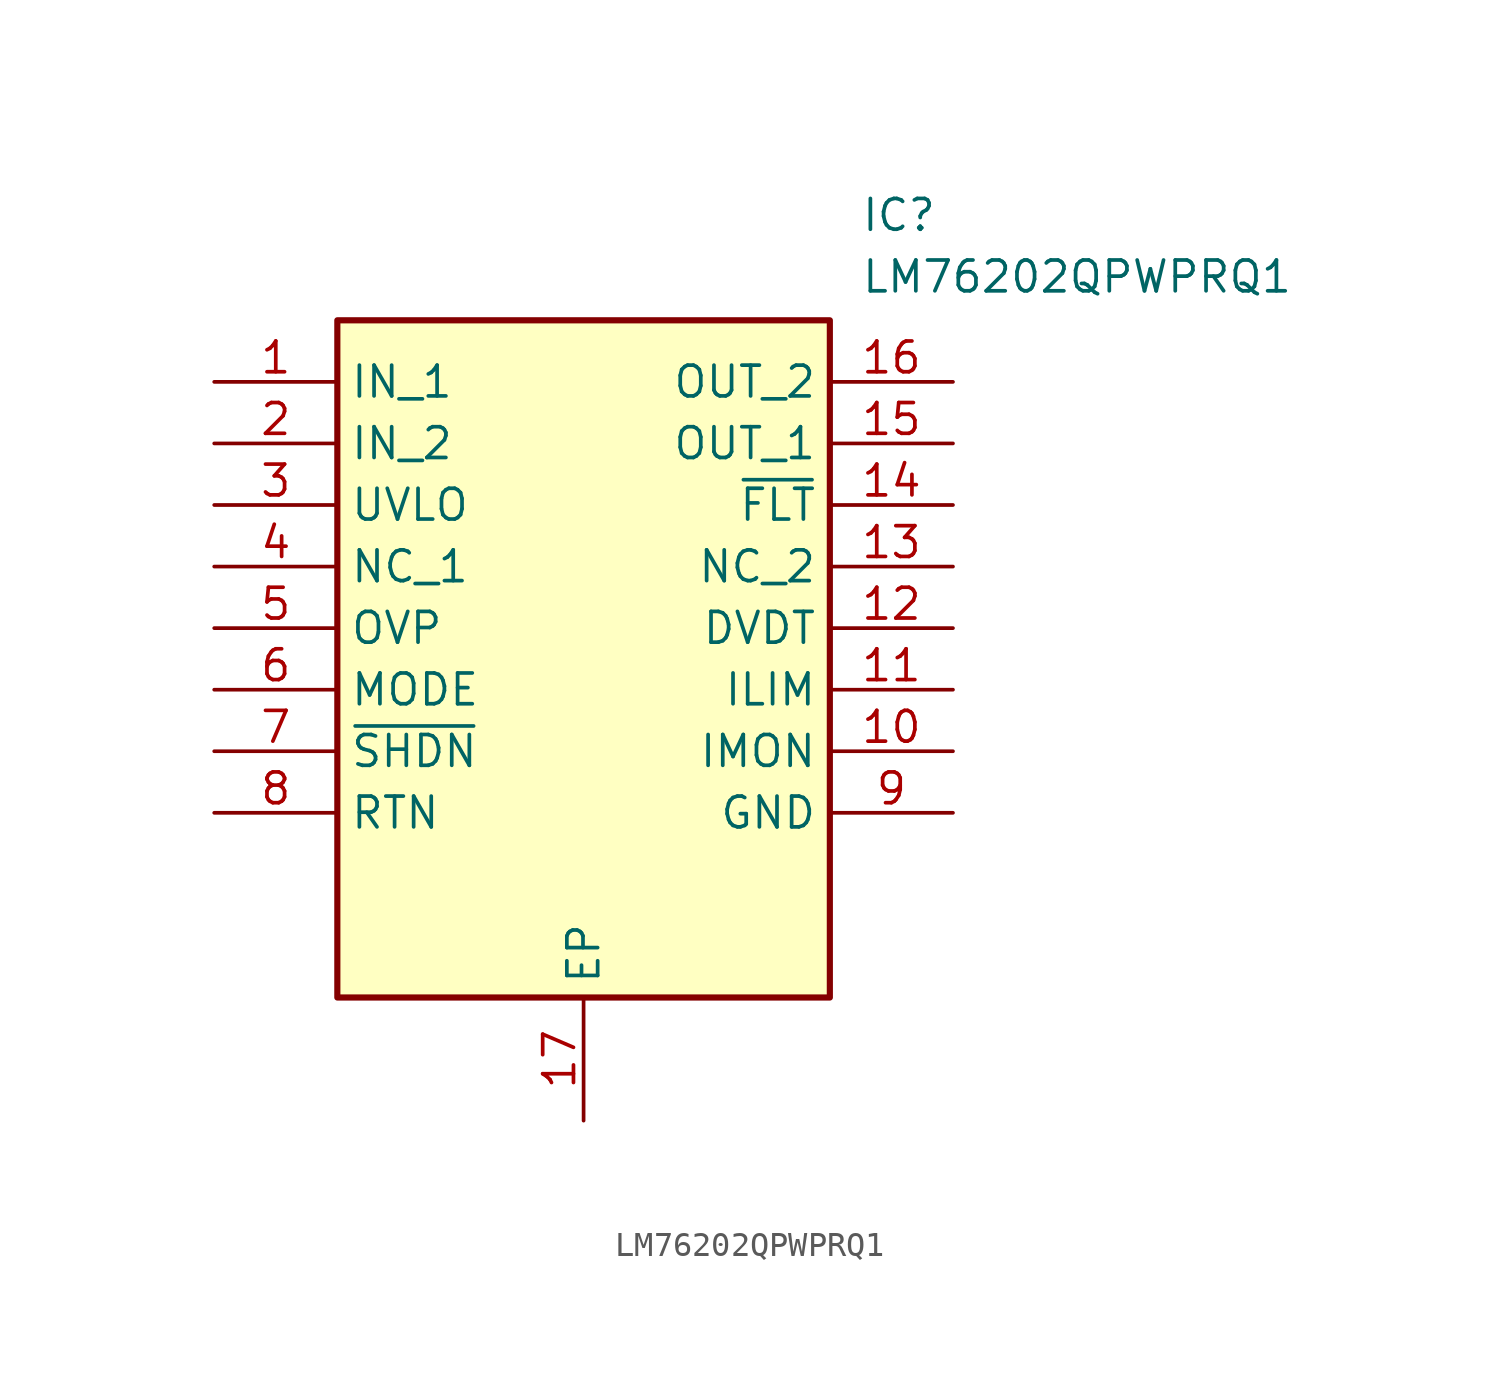
<source format=kicad_sym>
(kicad_symbol_lib
  (version 20211014)
  (generator SamacSys_ECAD_Model)
  (symbol "LM76202QPWPRQ1"
    (property "Reference" "IC"
      (at 26.67 7.62 0)
      (effects (font (size 1.27 1.27)) (justify left top)))
    (property "Value" "LM76202QPWPRQ1"
      (at 26.67 5.08 0)
      (effects (font (size 1.27 1.27)) (justify left top)))
    (rectangle
      (start 5.08 2.54)
      (end 25.4 -25.4)
      (stroke (width 0.254) (type default))
      (fill (type background)))
    (pin passive line
      (at 0 0 0)
      (length 5.08)
      (name "IN_1" (effects (font (size 1.27 1.27))))
      (number "1" (effects (font (size 1.27 1.27)))))
    (pin passive line
      (at 0 -2.54 0)
      (length 5.08)
      (name "IN_2" (effects (font (size 1.27 1.27))))
      (number "2" (effects (font (size 1.27 1.27)))))
    (pin passive line
      (at 0 -5.08 0)
      (length 5.08)
      (name "UVLO" (effects (font (size 1.27 1.27))))
      (number "3" (effects (font (size 1.27 1.27)))))
    (pin passive line
      (at 0 -7.62 0)
      (length 5.08)
      (name "NC_1" (effects (font (size 1.27 1.27))))
      (number "4" (effects (font (size 1.27 1.27)))))
    (pin passive line
      (at 0 -10.16 0)
      (length 5.08)
      (name "OVP" (effects (font (size 1.27 1.27))))
      (number "5" (effects (font (size 1.27 1.27)))))
    (pin passive line
      (at 0 -12.7 0)
      (length 5.08)
      (name "MODE" (effects (font (size 1.27 1.27))))
      (number "6" (effects (font (size 1.27 1.27)))))
    (pin passive line
      (at 0 -15.24 0)
      (length 5.08)
      (name "~{SHDN}" (effects (font (size 1.27 1.27))))
      (number "7" (effects (font (size 1.27 1.27)))))
    (pin passive line
      (at 0 -17.78 0)
      (length 5.08)
      (name "RTN" (effects (font (size 1.27 1.27))))
      (number "8" (effects (font (size 1.27 1.27)))))
    (pin passive line
      (at 15.24 -30.48 90)
      (length 5.08)
      (name "EP" (effects (font (size 1.27 1.27))))
      (number "17" (effects (font (size 1.27 1.27)))))
    (pin passive line
      (at 30.48 0 180)
      (length 5.08)
      (name "OUT_2" (effects (font (size 1.27 1.27))))
      (number "16" (effects (font (size 1.27 1.27)))))
    (pin passive line
      (at 30.48 -2.54 180)
      (length 5.08)
      (name "OUT_1" (effects (font (size 1.27 1.27))))
      (number "15" (effects (font (size 1.27 1.27)))))
    (pin passive line
      (at 30.48 -5.08 180)
      (length 5.08)
      (name "~{FLT}" (effects (font (size 1.27 1.27))))
      (number "14" (effects (font (size 1.27 1.27)))))
    (pin passive line
      (at 30.48 -7.62 180)
      (length 5.08)
      (name "NC_2" (effects (font (size 1.27 1.27))))
      (number "13" (effects (font (size 1.27 1.27)))))
    (pin passive line
      (at 30.48 -10.16 180)
      (length 5.08)
      (name "DVDT" (effects (font (size 1.27 1.27))))
      (number "12" (effects (font (size 1.27 1.27)))))
    (pin passive line
      (at 30.48 -12.7 180)
      (length 5.08)
      (name "ILIM" (effects (font (size 1.27 1.27))))
      (number "11" (effects (font (size 1.27 1.27)))))
    (pin passive line
      (at 30.48 -15.24 180)
      (length 5.08)
      (name "IMON" (effects (font (size 1.27 1.27))))
      (number "10" (effects (font (size 1.27 1.27)))))
    (pin passive line
      (at 30.48 -17.78 180)
      (length 5.08)
      (name "GND" (effects (font (size 1.27 1.27))))
      (number "9" (effects (font (size 1.27 1.27)))))))
</source>
